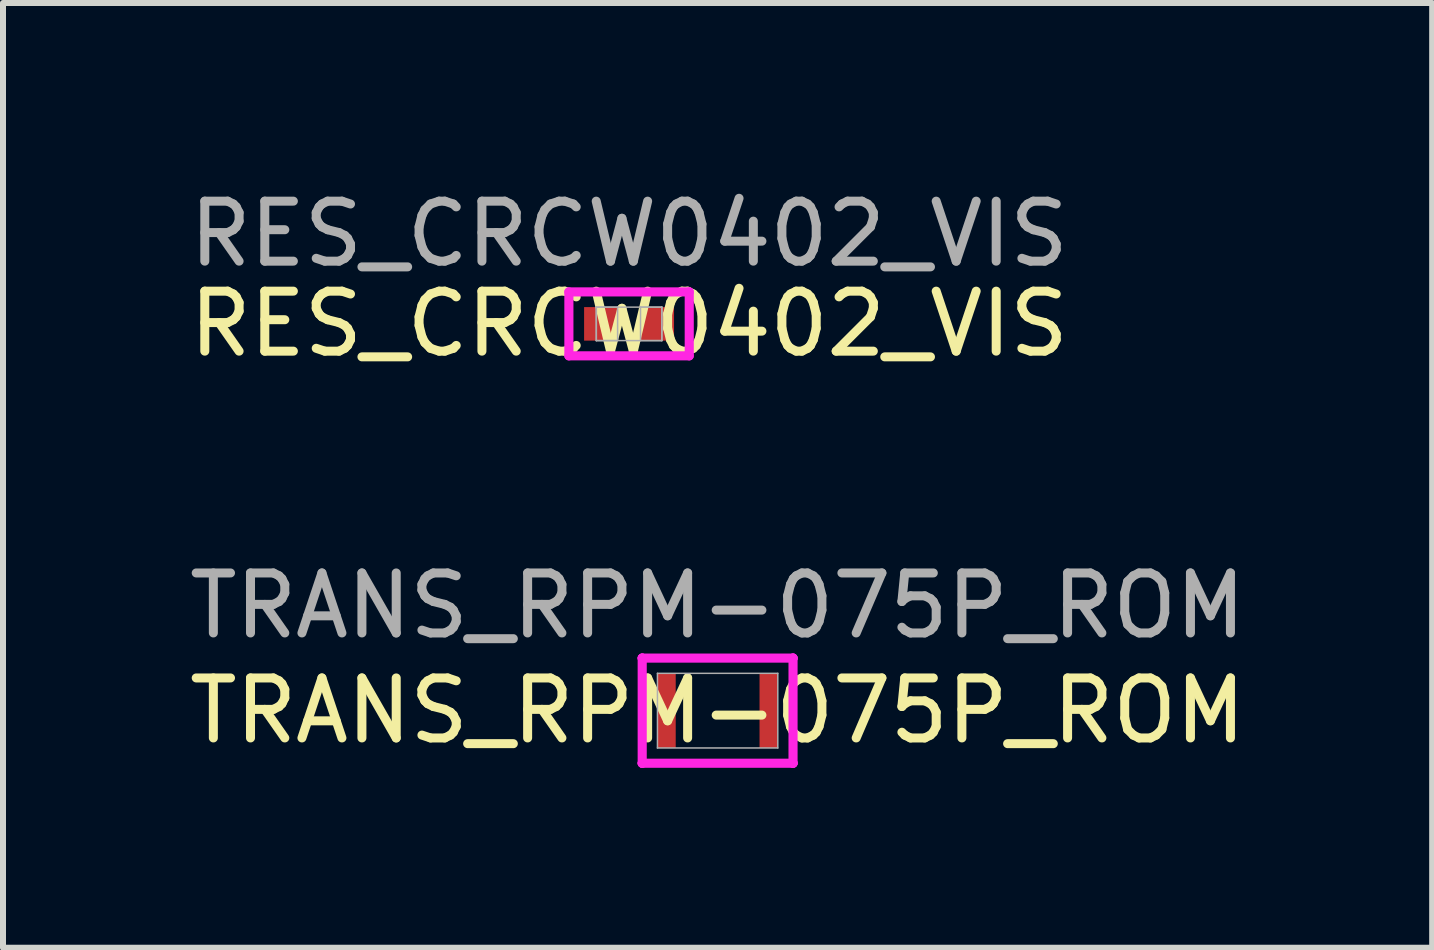
<source format=kicad_pcb>
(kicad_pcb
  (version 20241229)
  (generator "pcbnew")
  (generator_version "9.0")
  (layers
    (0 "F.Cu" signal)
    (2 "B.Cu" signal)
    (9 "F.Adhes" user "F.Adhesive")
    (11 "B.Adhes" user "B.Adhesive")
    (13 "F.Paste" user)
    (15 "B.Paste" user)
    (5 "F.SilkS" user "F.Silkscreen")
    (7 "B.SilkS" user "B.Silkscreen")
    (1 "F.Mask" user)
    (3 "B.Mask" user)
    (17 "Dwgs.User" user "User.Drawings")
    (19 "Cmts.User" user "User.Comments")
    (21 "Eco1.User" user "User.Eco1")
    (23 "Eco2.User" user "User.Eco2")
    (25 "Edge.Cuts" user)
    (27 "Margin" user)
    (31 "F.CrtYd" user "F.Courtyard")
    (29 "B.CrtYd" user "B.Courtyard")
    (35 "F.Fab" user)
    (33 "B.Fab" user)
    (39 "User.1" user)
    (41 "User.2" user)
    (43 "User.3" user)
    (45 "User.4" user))
  (footprint "RES_CRCW0402_VIS"
    (layer "F.Cu")
    (at 7.435 2.348)
    (property "Reference" "RES_CRCW0402_VIS" (at 0 0 0) (unlocked yes) (layer "F.SilkS") (effects (font (size 1 1) (thickness 0.15))))
    (attr smd)
    (fp_line (start -1.003 -0.533) (end 1.003 -0.533) (stroke (width 0.152) (type solid)) (layer "F.CrtYd"))
    (fp_line (start -1.003 0.533) (end -1.003 -0.533) (stroke (width 0.152) (type solid)) (layer "F.CrtYd"))
    (fp_line (start 1.003 -0.533) (end 1.003 0.533) (stroke (width 0.152) (type solid)) (layer "F.CrtYd"))
    (fp_line (start 1.003 0.533) (end -1.003 0.533) (stroke (width 0.152) (type solid)) (layer "F.CrtYd"))
    (fp_line (start -0.546 -0.279) (end -0.546 0.279) (stroke (width 0.025) (type solid)) (layer "F.Fab"))
    (fp_line (start -0.546 -0.279) (end -0.546 0.279) (stroke (width 0.025) (type solid)) (layer "F.Fab"))
    (fp_line (start -0.546 0.279) (end -0.191 0.279) (stroke (width 0.025) (type solid)) (layer "F.Fab"))
    (fp_line (start -0.546 0.279) (end 0.546 0.279) (stroke (width 0.025) (type solid)) (layer "F.Fab"))
    (fp_line (start -0.191 -0.279) (end -0.546 -0.279) (stroke (width 0.025) (type solid)) (layer "F.Fab"))
    (fp_line (start -0.191 0.279) (end -0.191 -0.279) (stroke (width 0.025) (type solid)) (layer "F.Fab"))
    (fp_line (start 0.191 -0.279) (end 0.191 0.279) (stroke (width 0.025) (type solid)) (layer "F.Fab"))
    (fp_line (start 0.191 0.279) (end 0.546 0.279) (stroke (width 0.025) (type solid)) (layer "F.Fab"))
    (fp_line (start 0.546 -0.279) (end -0.546 -0.279) (stroke (width 0.025) (type solid)) (layer "F.Fab"))
    (fp_line (start 0.546 -0.279) (end 0.191 -0.279) (stroke (width 0.025) (type solid)) (layer "F.Fab"))
    (fp_line (start 0.546 0.279) (end 0.546 -0.279) (stroke (width 0.025) (type solid)) (layer "F.Fab"))
    (fp_line (start 0.546 0.279) (end 0.546 -0.279) (stroke (width 0.025) (type solid)) (layer "F.Fab"))
    (fp_text user "${REFERENCE}" (at 0 -1.5 0) (unlocked yes) (layer "F.Fab") (effects (font (size 1 1) (thickness 0.15))))
    (pad "1" smd rect (at -0.47 0) (size 0.559 0.559) (layers "F.Cu" "F.Mask" "F.Paste"))
    (pad "2" smd rect (at 0.47 0) (size 0.559 0.559) (layers "F.Cu" "F.Mask" "F.Paste"))
    (zone (net_name "") (layer "F.Cu") (hatch full 0.508) (connect_pads) (min_thickness 0.254) (filled_areas_thickness no) (keepout (tracks not_allowed) (vias not_allowed) (pads allowed) (copperpour not_allowed) (footprints allowed)) (placement (enabled no)) (fill) (polygon (pts (xy 7.295 2.12) (xy 7.574 2.12) (xy 7.574 2.577) (xy 7.295 2.577)))))
  (footprint "TRANS_RPM-075P_ROM"
    (layer "F.Cu")
    (at 8.911 8.795)
    (property "Reference" "TRANS_RPM-075P_ROM" (at 0 0 0) (unlocked yes) (layer "F.SilkS") (effects (font (size 1 1) (thickness 0.15))))
    (attr smd)
    (fp_line (start -1.257 -0.876) (end -1.257 -0.876) (stroke (width 0.152) (type solid)) (layer "F.CrtYd"))
    (fp_line (start -1.257 -0.876) (end -1.257 -0.876) (stroke (width 0.152) (type solid)) (layer "F.CrtYd"))
    (fp_line (start -1.257 -0.876) (end 1.257 -0.876) (stroke (width 0.152) (type solid)) (layer "F.CrtYd"))
    (fp_line (start -1.257 0.876) (end -1.257 -0.876) (stroke (width 0.152) (type solid)) (layer "F.CrtYd"))
    (fp_line (start -1.257 0.876) (end -1.257 0.876) (stroke (width 0.152) (type solid)) (layer "F.CrtYd"))
    (fp_line (start -1.257 0.876) (end -1.257 0.876) (stroke (width 0.152) (type solid)) (layer "F.CrtYd"))
    (fp_line (start 1.257 -0.876) (end 1.257 -0.876) (stroke (width 0.152) (type solid)) (layer "F.CrtYd"))
    (fp_line (start 1.257 -0.876) (end 1.257 -0.876) (stroke (width 0.152) (type solid)) (layer "F.CrtYd"))
    (fp_line (start 1.257 -0.876) (end 1.257 0.876) (stroke (width 0.152) (type solid)) (layer "F.CrtYd"))
    (fp_line (start 1.257 0.876) (end -1.257 0.876) (stroke (width 0.152) (type solid)) (layer "F.CrtYd"))
    (fp_line (start 1.257 0.876) (end 1.257 0.876) (stroke (width 0.152) (type solid)) (layer "F.CrtYd"))
    (fp_line (start 1.257 0.876) (end 1.257 0.876) (stroke (width 0.152) (type solid)) (layer "F.CrtYd"))
    (fp_line (start -1.003 -0.622) (end -1.003 0.622) (stroke (width 0.025) (type solid)) (layer "F.Fab"))
    (fp_line (start -1.003 0.622) (end 1.003 0.622) (stroke (width 0.025) (type solid)) (layer "F.Fab"))
    (fp_line (start 1.003 -0.622) (end -1.003 -0.622) (stroke (width 0.025) (type solid)) (layer "F.Fab"))
    (fp_line (start 1.003 0.622) (end 1.003 -0.622) (stroke (width 0.025) (type solid)) (layer "F.Fab"))
    (fp_text user "${REFERENCE}" (at 0 -1.75 0) (unlocked yes) (layer "F.Fab") (effects (font (size 1 1) (thickness 0.15))))
    (pad "1" smd rect (at -0.851 0) (size 0.305 1.245) (layers "F.Cu" "F.Mask" "F.Paste"))
    (pad "2" smd rect (at 0.851 0) (size 0.305 1.245) (layers "F.Cu" "F.Mask" "F.Paste"))
    (zone (net_name "") (layer "F.Cu") (hatch full 0.508) (connect_pads) (min_thickness 0.254) (filled_areas_thickness no) (keepout (tracks not_allowed) (vias not_allowed) (pads allowed) (copperpour not_allowed) (footprints allowed)) (placement (enabled no)) (fill) (polygon (pts (xy 8.263 8.223) (xy 9.558 8.223) (xy 9.558 9.366) (xy 8.263 9.366)))))
  (gr_rect
    (start -3 -3)
    (end 20.821 12.747)
    (stroke (width 0.1) (type default))
    (fill no)
    (layer "Edge.Cuts")))
</source>
